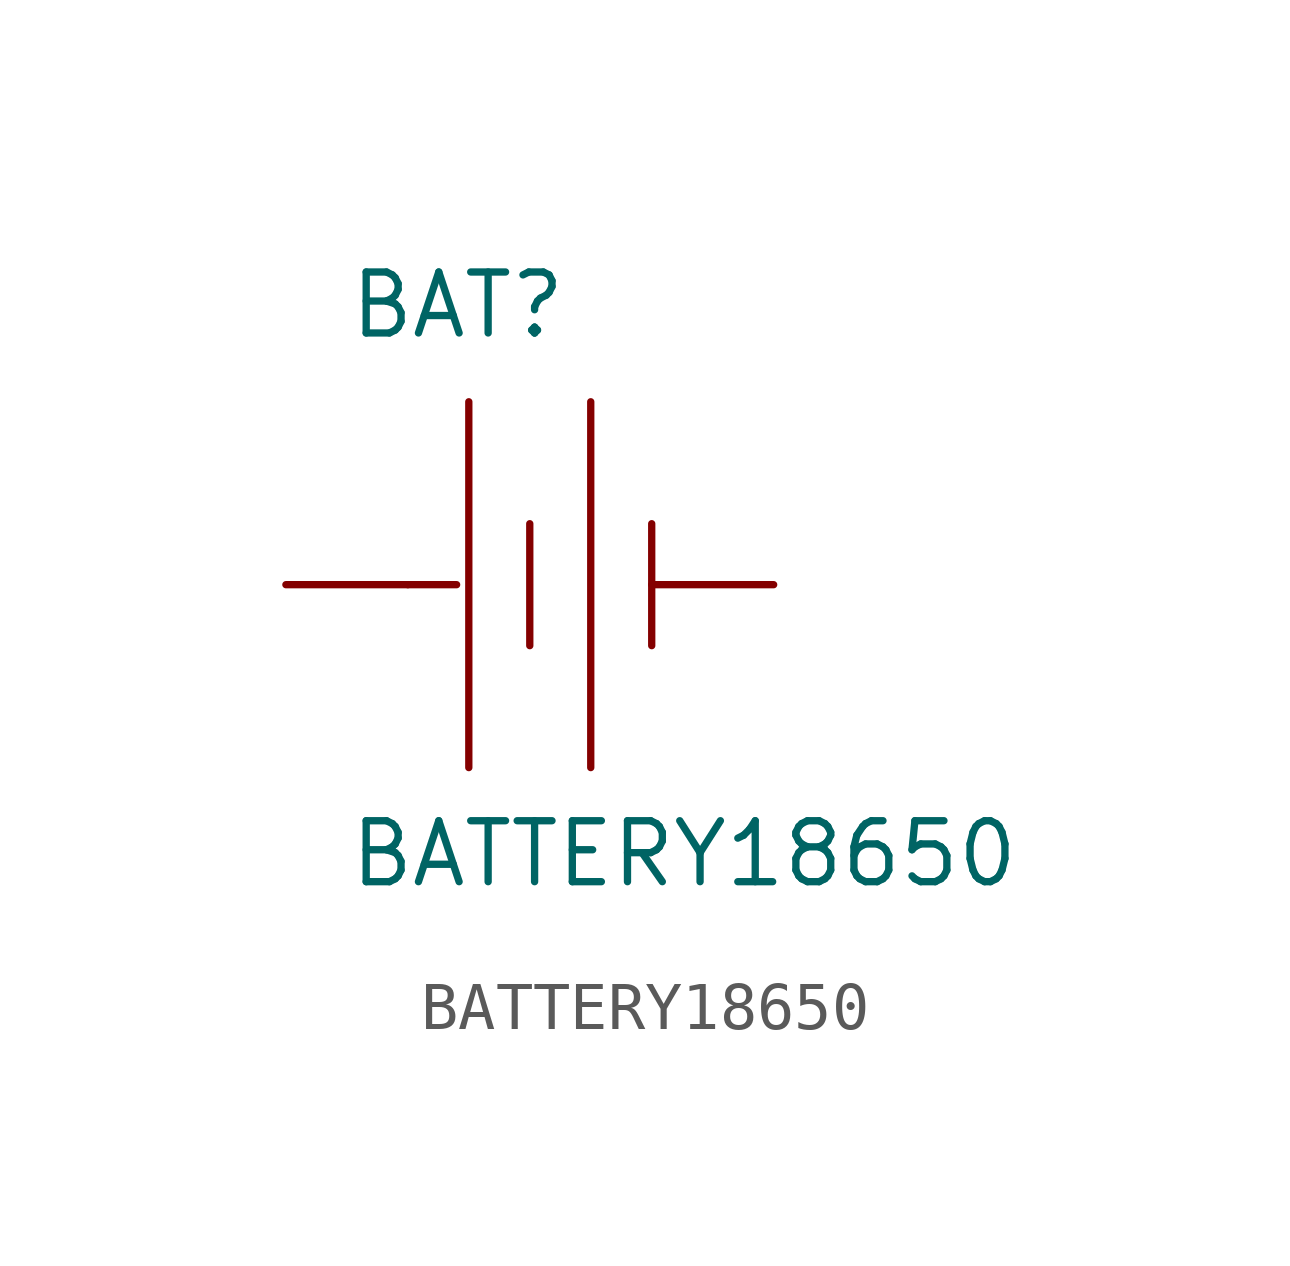
<source format=kicad_sym>
(kicad_symbol_lib
  (version 20211014)
  (generator kicad_symbol_editor)
  (symbol "BATTERY18650"
    (pin_numbers hide)
    (pin_names
      (offset 1.016) hide)
    (property "Reference" "BAT"
      (at -3.81 5.08 0)
      (effects (font (size 1.27 1.27)) (justify left bottom)))
    (property "Value" "BATTERY18650"
      (at -3.81 -6.35 0)
      (effects (font (size 1.27 1.27)) (justify left bottom)))
    (property "ki_locked" ""
      (at 0 0 0)
      (effects (font (size 1.27 1.27))))
    (symbol "BATTERY18650_1_0"
      (polyline (pts (xy -2.54 0) (xy -1.524 0)) (stroke (width 0) (type default) (color 0 0 0 0)) (fill (type none)))
      (polyline (pts (xy -1.27 3.81) (xy -1.27 -3.81)) (stroke (width 0) (type default) (color 0 0 0 0)) (fill (type none)))
      (polyline (pts (xy 0 1.27) (xy 0 -1.27)) (stroke (width 0) (type default) (color 0 0 0 0)) (fill (type none)))
      (polyline (pts (xy 1.27 3.81) (xy 1.27 -3.81)) (stroke (width 0) (type default) (color 0 0 0 0)) (fill (type none)))
      (polyline (pts (xy 2.54 1.27) (xy 2.54 -1.27)) (stroke (width 0) (type default) (color 0 0 0 0)) (fill (type none))))
    (symbol "BATTERY18650_1_1"
      (pin power_in line (at 5.08 0 180) (length 2.54) (name "-" (effects (font (size 1.016 1.016)))) (number "GND@1" (effects (font (size 1.016 1.016)))))
      (pin power_in line (at -5.08 0 0) (length 2.54) (name "+" (effects (font (size 1.016 1.016)))) (number "PWR@1" (effects (font (size 1.016 1.016))))))))
</source>
